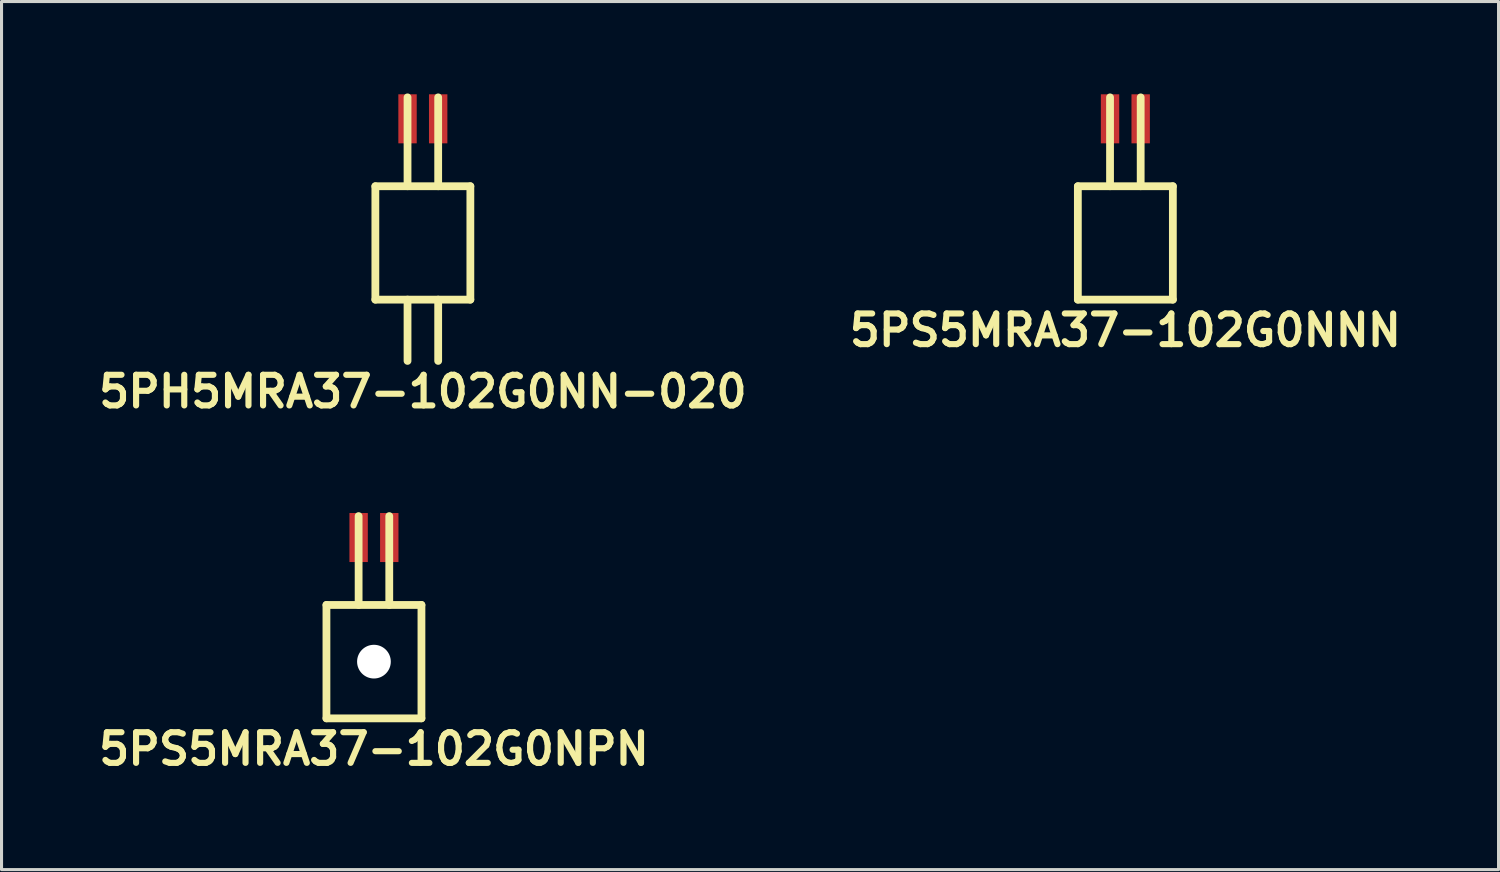
<source format=kicad_pcb>
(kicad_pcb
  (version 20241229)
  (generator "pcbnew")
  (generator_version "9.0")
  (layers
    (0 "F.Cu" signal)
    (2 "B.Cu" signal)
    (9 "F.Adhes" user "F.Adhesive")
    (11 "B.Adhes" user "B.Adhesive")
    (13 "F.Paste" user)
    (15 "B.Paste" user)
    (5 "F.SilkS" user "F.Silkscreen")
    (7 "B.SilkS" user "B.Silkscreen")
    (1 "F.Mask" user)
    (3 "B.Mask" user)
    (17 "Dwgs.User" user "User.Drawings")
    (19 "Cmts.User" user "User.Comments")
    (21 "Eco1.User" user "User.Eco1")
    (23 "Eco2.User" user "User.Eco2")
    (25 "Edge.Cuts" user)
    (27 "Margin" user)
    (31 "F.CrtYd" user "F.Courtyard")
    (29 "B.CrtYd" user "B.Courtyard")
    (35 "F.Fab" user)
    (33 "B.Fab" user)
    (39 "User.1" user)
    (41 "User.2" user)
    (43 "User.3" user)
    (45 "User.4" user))
  (footprint "5PS5MRA37-102G0NNN"
    (layer "F.Cu")
    (at 33.671 3.327)
    (property "Reference" "5PS5MRA37-102G0NNN" (at 0 4.4 0) (layer "F.SilkS") (effects (font (size 1 1) (thickness 0.2))))
    (attr through_hole)
    (fp_line (start -1.55 -0.3) (end 1.55 -0.3) (stroke (width 0.254) (type solid)) (layer "F.SilkS"))
    (fp_line (start -1.55 -0.3) (end -1.55 3.4) (stroke (width 0.254) (type solid)) (layer "F.SilkS"))
    (fp_line (start -1.55 3.4) (end 1.55 3.4) (stroke (width 0.254) (type solid)) (layer "F.SilkS"))
    (fp_line (start -0.5 -0.3) (end -0.5 -3.2) (stroke (width 0.254) (type solid)) (layer "F.SilkS"))
    (fp_line (start 0.5 -0.3) (end 0.5 -3.2) (stroke (width 0.254) (type solid)) (layer "F.SilkS"))
    (fp_line (start 1.55 -0.3) (end 1.55 3.4) (stroke (width 0.254) (type solid)) (layer "F.SilkS"))
    (pad "1" smd rect (at -0.5 -2.5) (size 0.6 1.6) (layers "F.Cu" "F.Mask" "F.Paste"))
    (pad "2" smd rect (at 0.5 -2.5) (size 0.6 1.6) (layers "F.Cu" "F.Mask" "F.Paste")))
  (footprint "5PS5MRA37-102G0NPN"
    (layer "F.Cu")
    (at 9.152 16.99)
    (property "Reference" "5PS5MRA37-102G0NPN" (at 0 4.4 0) (layer "F.SilkS") (effects (font (size 1 1) (thickness 0.2))))
    (attr through_hole)
    (fp_line (start -1.55 -0.3) (end 1.55 -0.3) (stroke (width 0.254) (type solid)) (layer "F.SilkS"))
    (fp_line (start -1.55 -0.3) (end -1.55 3.4) (stroke (width 0.254) (type solid)) (layer "F.SilkS"))
    (fp_line (start -1.55 3.4) (end 1.55 3.4) (stroke (width 0.254) (type solid)) (layer "F.SilkS"))
    (fp_line (start -0.5 -0.3) (end -0.5 -3.2) (stroke (width 0.254) (type solid)) (layer "F.SilkS"))
    (fp_line (start 0.5 -0.3) (end 0.5 -3.2) (stroke (width 0.254) (type solid)) (layer "F.SilkS"))
    (fp_line (start 1.55 -0.3) (end 1.55 3.4) (stroke (width 0.254) (type solid)) (layer "F.SilkS"))
    (pad "" np_thru_hole circle (at 0 1.55) (size 1.1 1.1) (drill 1.1) (layers "*.Cu" "*.Mask"))
    (pad "1" smd rect (at -0.5 -2.5) (size 0.6 1.6) (layers "F.Cu" "F.Mask" "F.Paste"))
    (pad "2" smd rect (at 0.5 -2.5) (size 0.6 1.6) (layers "F.Cu" "F.Mask" "F.Paste")))
  (footprint "5PH5MRA37-102G0NN-020"
    (layer "F.Cu")
    (at 10.748 3.327)
    (property "Reference" "5PH5MRA37-102G0NN-020" (at 0 6.4 0) (layer "F.SilkS") (effects (font (size 1 1) (thickness 0.2))))
    (attr through_hole)
    (fp_line (start -1.55 -0.3) (end 1.55 -0.3) (stroke (width 0.254) (type solid)) (layer "F.SilkS"))
    (fp_line (start -1.55 -0.3) (end -1.55 3.4) (stroke (width 0.254) (type solid)) (layer "F.SilkS"))
    (fp_line (start -1.55 3.4) (end 1.55 3.4) (stroke (width 0.254) (type solid)) (layer "F.SilkS"))
    (fp_line (start -0.5 -0.3) (end -0.5 -3.2) (stroke (width 0.254) (type solid)) (layer "F.SilkS"))
    (fp_line (start -0.5 3.4) (end -0.5 5.4) (stroke (width 0.254) (type solid)) (layer "F.SilkS"))
    (fp_line (start 0.5 -0.3) (end 0.5 -3.2) (stroke (width 0.254) (type solid)) (layer "F.SilkS"))
    (fp_line (start 0.5 3.4) (end 0.5 5.4) (stroke (width 0.254) (type solid)) (layer "F.SilkS"))
    (fp_line (start 1.55 -0.3) (end 1.55 3.4) (stroke (width 0.254) (type solid)) (layer "F.SilkS"))
    (pad "1" smd rect (at 0.5 -2.5) (size 0.6 1.6) (layers "F.Cu" "F.Mask" "F.Paste"))
    (pad "2" smd rect (at -0.5 -2.5) (size 0.6 1.6) (layers "F.Cu" "F.Mask" "F.Paste")))
  (gr_rect
    (start -3 -3)
    (end 45.848 25.326)
    (stroke (width 0.1) (type default))
    (fill no)
    (layer "Edge.Cuts")))
</source>
